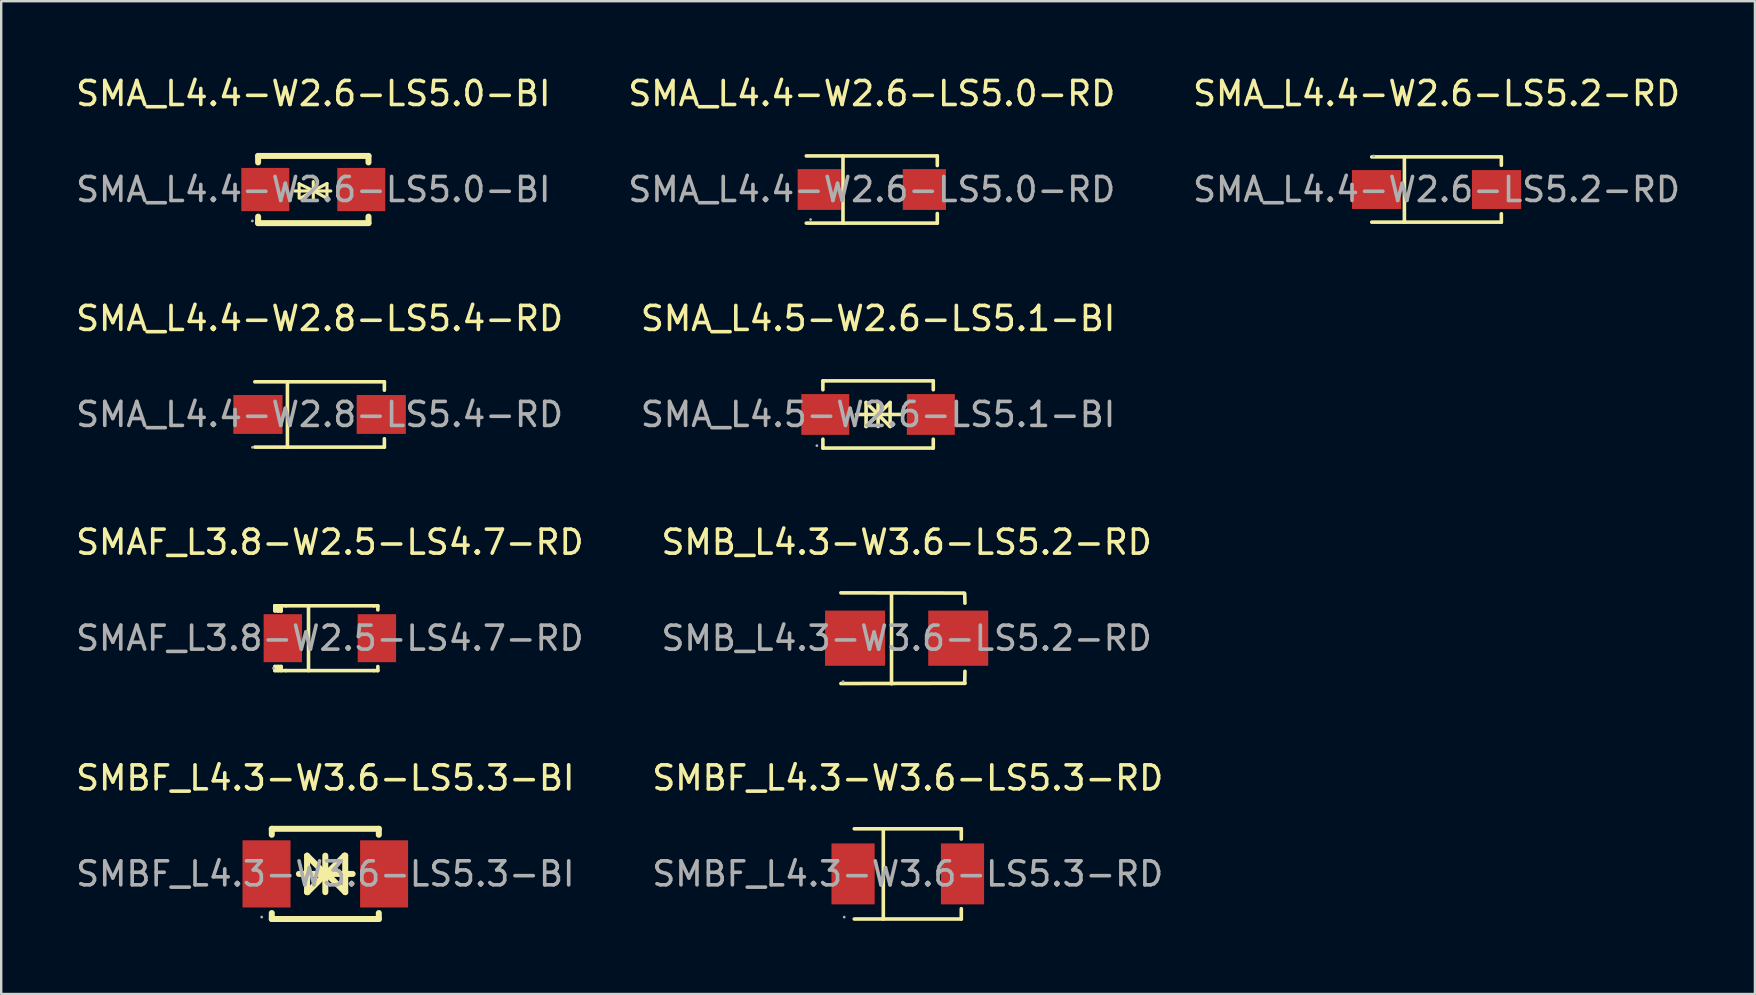
<source format=kicad_pcb>
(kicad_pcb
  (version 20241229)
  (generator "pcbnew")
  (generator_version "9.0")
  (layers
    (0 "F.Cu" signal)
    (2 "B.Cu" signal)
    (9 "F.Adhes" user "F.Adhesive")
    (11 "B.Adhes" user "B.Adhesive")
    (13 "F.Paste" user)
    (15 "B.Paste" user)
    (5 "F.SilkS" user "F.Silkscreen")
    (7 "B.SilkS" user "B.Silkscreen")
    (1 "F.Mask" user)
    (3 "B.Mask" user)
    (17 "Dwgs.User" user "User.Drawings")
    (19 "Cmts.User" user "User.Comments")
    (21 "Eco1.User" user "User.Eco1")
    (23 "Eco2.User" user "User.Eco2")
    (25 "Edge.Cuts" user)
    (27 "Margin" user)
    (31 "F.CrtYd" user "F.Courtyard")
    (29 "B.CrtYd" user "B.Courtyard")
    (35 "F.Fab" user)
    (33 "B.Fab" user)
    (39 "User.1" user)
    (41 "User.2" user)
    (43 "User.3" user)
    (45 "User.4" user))
  (footprint "SMAF_L3.8-W2.5-LS4.7-RD"
    (layer "F.Cu")
    (at 10.696 23.545)
    (property "Reference" "SMAF_L3.8-W2.5-LS4.7-RD" (at 0 -4 0) (layer "F.SilkS") (effects (font (size 1 1) (thickness 0.15))))
    (attr through_hole)
    (fp_line (start -2.29 -1.35) (end -2.29 -1.27) (stroke (width 0.15) (type solid)) (layer "F.SilkS"))
    (fp_line (start -2.29 -1.35) (end -2.29 -1.14) (stroke (width 0.15) (type solid)) (layer "F.SilkS"))
    (fp_line (start -2.29 -1.27) (end -2.16 -1.27) (stroke (width 0.15) (type solid)) (layer "F.SilkS"))
    (fp_line (start -2.29 -1.18) (end -2.29 -1.35) (stroke (width 0.15) (type solid)) (layer "F.SilkS"))
    (fp_line (start -2.29 -1.14) (end -2.16 -1.14) (stroke (width 0.15) (type solid)) (layer "F.SilkS"))
    (fp_line (start -2.29 1.35) (end -2.29 1.18) (stroke (width 0.15) (type solid)) (layer "F.SilkS"))
    (fp_line (start -2.16 -1.27) (end -2.16 -1.18) (stroke (width 0.15) (type solid)) (layer "F.SilkS"))
    (fp_line (start -2.16 -1.18) (end -2.04 -1.18) (stroke (width 0.15) (type solid)) (layer "F.SilkS"))
    (fp_line (start -2.16 -1.14) (end -2.16 -1.18) (stroke (width 0.15) (type solid)) (layer "F.SilkS"))
    (fp_line (start -2.16 -1.14) (end -2.15 -1.14) (stroke (width 0.15) (type solid)) (layer "F.SilkS"))
    (fp_line (start -2.15 -1.14) (end -2.15 -1.14) (stroke (width 0.15) (type solid)) (layer "F.SilkS"))
    (fp_line (start -2.15 1.18) (end -2.15 1.35) (stroke (width 0.15) (type solid)) (layer "F.SilkS"))
    (fp_line (start -2.03 -1.14) (end -2.16 -1.14) (stroke (width 0.15) (type solid)) (layer "F.SilkS"))
    (fp_line (start -2.03 -1.14) (end -2.03 -1.31) (stroke (width 0.15) (type solid)) (layer "F.SilkS"))
    (fp_line (start -2.03 -1.14) (end -2.03 -1.14) (stroke (width 0.15) (type solid)) (layer "F.SilkS"))
    (fp_line (start -2.03 -1.14) (end -2.03 -1.14) (stroke (width 0.15) (type solid)) (layer "F.SilkS"))
    (fp_line (start -2.03 1.18) (end -2.29 1.18) (stroke (width 0.15) (type solid)) (layer "F.SilkS"))
    (fp_line (start -2.03 1.18) (end -2.03 1.35) (stroke (width 0.15) (type solid)) (layer "F.SilkS"))
    (fp_line (start -1.83 -1.35) (end -2.29 -1.35) (stroke (width 0.15) (type solid)) (layer "F.SilkS"))
    (fp_line (start -1.83 -1.35) (end 1.83 -1.35) (stroke (width 0.15) (type solid)) (layer "F.SilkS"))
    (fp_line (start -1.83 1.35) (end -2.29 1.35) (stroke (width 0.15) (type solid)) (layer "F.SilkS"))
    (fp_line (start -1.83 1.35) (end 1.83 1.35) (stroke (width 0.15) (type solid)) (layer "F.SilkS"))
    (fp_line (start -0.89 -1.35) (end -0.89 1.35) (stroke (width 0.15) (type solid)) (layer "F.SilkS"))
    (fp_line (start 1.83 -1.35) (end 2 -1.35) (stroke (width 0.15) (type solid)) (layer "F.SilkS"))
    (fp_line (start 2 -1.35) (end 2 -1.18) (stroke (width 0.15) (type solid)) (layer "F.SilkS"))
    (fp_line (start 2 1.18) (end 2 1.35) (stroke (width 0.15) (type solid)) (layer "F.SilkS"))
    (fp_line (start 2 1.35) (end 1.83 1.35) (stroke (width 0.15) (type solid)) (layer "F.SilkS"))
    (fp_circle (center -2.35 1.25) (end -2.32 1.25) (stroke (width 0.06) (type solid)) (fill no) (layer "F.Fab"))
    (fp_text user "${REFERENCE}" (at 0 0 0) (layer "F.Fab") (effects (font (size 1 1) (thickness 0.15))))
    (pad "1" smd rect (at -1.96 0) (size 1.6 2) (layers "F.Cu" "F.Mask" "F.Paste"))
    (pad "2" smd rect (at 1.96 0) (size 1.6 2) (layers "F.Cu" "F.Mask" "F.Paste")))
  (footprint "SMA_L4.4-W2.8-LS5.4-RD"
    (layer "F.Cu")
    (at 10.268 14.222)
    (property "Reference" "SMA_L4.4-W2.8-LS5.4-RD" (at 0 -4 0) (layer "F.SilkS") (effects (font (size 1 1) (thickness 0.15))))
    (attr through_hole)
    (fp_line (start -2.7 -1.36) (end 2.7 -1.36) (stroke (width 0.15) (type solid)) (layer "F.SilkS"))
    (fp_line (start -2.7 1.36) (end 2.7 1.36) (stroke (width 0.15) (type solid)) (layer "F.SilkS"))
    (fp_line (start -1.34 -1.36) (end -1.34 1.36) (stroke (width 0.15) (type solid)) (layer "F.SilkS"))
    (fp_line (start 2.7 -1.36) (end 2.7 -1.01) (stroke (width 0.15) (type solid)) (layer "F.SilkS"))
    (fp_line (start 2.7 1.36) (end 2.7 1.01) (stroke (width 0.15) (type solid)) (layer "F.SilkS"))
    (fp_circle (center -2.8 1.37) (end -2.77 1.37) (stroke (width 0.06) (type solid)) (fill no) (layer "F.Fab"))
    (fp_text user "${REFERENCE}" (at 0 0 0) (layer "F.Fab") (effects (font (size 1 1) (thickness 0.15))))
    (pad "1" smd rect (at -2.57 0) (size 2.05 1.62) (layers "F.Cu" "F.Mask" "F.Paste"))
    (pad "2" smd rect (at 2.57 0) (size 2.05 1.62) (layers "F.Cu" "F.Mask" "F.Paste")))
  (footprint "SMA_L4.4-W2.6-LS5.0-RD"
    (layer "F.Cu")
    (at 33.28 4.848)
    (property "Reference" "SMA_L4.4-W2.6-LS5.0-RD" (at 0 -4 0) (layer "F.SilkS") (effects (font (size 1 1) (thickness 0.15))))
    (attr through_hole)
    (fp_line (start -2.73 -1.4) (end 2.73 -1.4) (stroke (width 0.15) (type solid)) (layer "F.SilkS"))
    (fp_line (start -2.73 1.4) (end 2.73 1.4) (stroke (width 0.15) (type solid)) (layer "F.SilkS"))
    (fp_line (start -1.2 -1.4) (end -1.2 1.4) (stroke (width 0.15) (type solid)) (layer "F.SilkS"))
    (fp_line (start 2.73 -1.4) (end 2.73 -1) (stroke (width 0.15) (type solid)) (layer "F.SilkS"))
    (fp_line (start 2.73 1.4) (end 2.73 1) (stroke (width 0.15) (type solid)) (layer "F.SilkS"))
    (fp_circle (center -2.55 1.25) (end -2.52 1.25) (stroke (width 0.06) (type solid)) (fill no) (layer "F.Fab"))
    (fp_text user "${REFERENCE}" (at 0 0 0) (layer "F.Fab") (effects (font (size 1 1) (thickness 0.15))))
    (pad "1" smd rect (at -2.19 0) (size 1.8 1.7) (layers "F.Cu" "F.Mask" "F.Paste"))
    (pad "2" smd rect (at 2.19 0) (size 1.8 1.7) (layers "F.Cu" "F.Mask" "F.Paste")))
  (footprint "SMB_L4.3-W3.6-LS5.2-RD"
    (layer "F.Cu")
    (at 34.732 23.545)
    (property "Reference" "SMB_L4.3-W3.6-LS5.2-RD" (at 0 -4 0) (layer "F.SilkS") (effects (font (size 1 1) (thickness 0.15))))
    (attr through_hole)
    (fp_line (start -2.74 -1.89) (end 2.41 -1.88) (stroke (width 0.15) (type solid)) (layer "F.SilkS"))
    (fp_line (start -2.74 1.89) (end 2.43 1.88) (stroke (width 0.15) (type solid)) (layer "F.SilkS"))
    (fp_line (start -0.63 1.9) (end -0.63 -1.86) (stroke (width 0.15) (type solid)) (layer "F.SilkS"))
    (fp_line (start 2.42 -1.84) (end 2.43 -1.46) (stroke (width 0.15) (type solid)) (layer "F.SilkS"))
    (fp_line (start 2.42 1.88) (end 2.43 1.38) (stroke (width 0.15) (type solid)) (layer "F.SilkS"))
    (fp_circle (center -2.65 1.81) (end -2.62 1.81) (stroke (width 0.06) (type solid)) (fill no) (layer "F.Fab"))
    (fp_text user "${REFERENCE}" (at 0 0 0) (layer "F.Fab") (effects (font (size 1 1) (thickness 0.15))))
    (pad "1" smd rect (at -2.15 0) (size 2.5 2.3) (layers "F.Cu" "F.Mask" "F.Paste"))
    (pad "2" smd rect (at 2.15 0) (size 2.5 2.3) (layers "F.Cu" "F.Mask" "F.Paste")))
  (footprint "SMBF_L4.3-W3.6-LS5.3-RD"
    (layer "F.Cu")
    (at 34.78 33.368)
    (property "Reference" "SMBF_L4.3-W3.6-LS5.3-RD" (at 0 -4 0) (layer "F.SilkS") (effects (font (size 1 1) (thickness 0.15))))
    (attr through_hole)
    (fp_line (start -2.23 -1.88) (end 2.23 -1.88) (stroke (width 0.15) (type solid)) (layer "F.SilkS"))
    (fp_line (start -2.23 1.88) (end 2.23 1.88) (stroke (width 0.15) (type solid)) (layer "F.SilkS"))
    (fp_line (start -1.02 -1.87) (end -1.02 1.88) (stroke (width 0.15) (type solid)) (layer "F.SilkS"))
    (fp_line (start 2.23 -1.88) (end 2.23 -1.45) (stroke (width 0.15) (type solid)) (layer "F.SilkS"))
    (fp_line (start 2.23 1.45) (end 2.23 1.88) (stroke (width 0.15) (type solid)) (layer "F.SilkS"))
    (fp_circle (center -2.65 1.8) (end -2.62 1.8) (stroke (width 0.06) (type solid)) (fill no) (layer "F.Fab"))
    (fp_text user "${REFERENCE}" (at 0 0 0) (layer "F.Fab") (effects (font (size 1 1) (thickness 0.15))))
    (pad "1" smd rect (at -2.28 0) (size 1.8 2.54) (layers "F.Cu" "F.Mask" "F.Paste"))
    (pad "2" smd rect (at 2.28 0) (size 1.8 2.54) (layers "F.Cu" "F.Mask" "F.Paste")))
  (footprint "SMBF_L4.3-W3.6-LS5.3-BI"
    (layer "F.Cu")
    (at 10.506 33.368)
    (property "Reference" "SMBF_L4.3-W3.6-LS5.3-BI" (at 0 -4 0) (layer "F.SilkS") (effects (font (size 1 1) (thickness 0.15))))
    (attr smd)
    (fp_line (start -2.23 -1.88) (end -2.23 -1.63) (stroke (width 0.25) (type solid)) (layer "F.SilkS"))
    (fp_line (start -2.23 -1.88) (end 2.23 -1.88) (stroke (width 0.25) (type solid)) (layer "F.SilkS"))
    (fp_line (start -2.23 1.63) (end -2.23 1.88) (stroke (width 0.25) (type solid)) (layer "F.SilkS"))
    (fp_line (start -2.23 1.88) (end 2.23 1.88) (stroke (width 0.25) (type solid)) (layer "F.SilkS"))
    (fp_line (start -1.1 0) (end 1.14 0) (stroke (width 0.25) (type solid)) (layer "F.SilkS"))
    (fp_line (start -0.76 -0.76) (end -0.76 0.76) (stroke (width 0.25) (type solid)) (layer "F.SilkS"))
    (fp_line (start -0.76 0.76) (end -0.74 0.76) (stroke (width 0.25) (type solid)) (layer "F.SilkS"))
    (fp_line (start -0.74 0.76) (end 0.02 0) (stroke (width 0.25) (type solid)) (layer "F.SilkS"))
    (fp_line (start 0 -0.76) (end 0 0.76) (stroke (width 0.25) (type solid)) (layer "F.SilkS"))
    (fp_line (start 0 0) (end -0.76 -0.76) (stroke (width 0.25) (type solid)) (layer "F.SilkS"))
    (fp_line (start 0.02 0) (end 0 0) (stroke (width 0.25) (type solid)) (layer "F.SilkS"))
    (fp_line (start 0.04 0) (end 0.06 0) (stroke (width 0.25) (type solid)) (layer "F.SilkS"))
    (fp_line (start 0.06 0) (end 0.83 0.76) (stroke (width 0.25) (type solid)) (layer "F.SilkS"))
    (fp_line (start 0.8 -0.76) (end 0.04 0) (stroke (width 0.25) (type solid)) (layer "F.SilkS"))
    (fp_line (start 0.83 -0.76) (end 0.8 -0.76) (stroke (width 0.25) (type solid)) (layer "F.SilkS"))
    (fp_line (start 0.83 0.76) (end 0.83 -0.76) (stroke (width 0.25) (type solid)) (layer "F.SilkS"))
    (fp_line (start 2.23 -1.88) (end 2.23 -1.63) (stroke (width 0.25) (type solid)) (layer "F.SilkS"))
    (fp_line (start 2.23 1.63) (end 2.23 1.88) (stroke (width 0.25) (type solid)) (layer "F.SilkS"))
    (fp_circle (center -2.65 1.8) (end -2.62 1.8) (stroke (width 0.06) (type solid)) (fill no) (layer "F.Fab"))
    (fp_text user "${REFERENCE}" (at 0 0 0) (layer "F.Fab") (effects (font (size 1 1) (thickness 0.15))))
    (pad "1" smd rect (at -2.45 0 180) (size 2 2.8) (layers "F.Cu" "F.Mask" "F.Paste"))
    (pad "2" smd rect (at 2.45 0 180) (size 2 2.8) (layers "F.Cu" "F.Mask" "F.Paste")))
  (footprint "SMA_L4.4-W2.6-LS5.2-RD"
    (layer "F.Cu")
    (at 56.815 4.848)
    (property "Reference" "SMA_L4.4-W2.6-LS5.2-RD" (at 0 -4 0) (layer "F.SilkS") (effects (font (size 1 1) (thickness 0.15))))
    (attr smd)
    (fp_line (start -2.7 -1.36) (end 2.7 -1.36) (stroke (width 0.15) (type solid)) (layer "F.SilkS"))
    (fp_line (start -2.7 1.36) (end 2.7 1.36) (stroke (width 0.15) (type solid)) (layer "F.SilkS"))
    (fp_line (start -1.34 -1.36) (end -1.34 1.36) (stroke (width 0.15) (type solid)) (layer "F.SilkS"))
    (fp_line (start 2.7 -1.36) (end 2.7 -1.01) (stroke (width 0.15) (type solid)) (layer "F.SilkS"))
    (fp_line (start 2.7 1.36) (end 2.7 1.01) (stroke (width 0.15) (type solid)) (layer "F.SilkS"))
    (fp_circle (center -2.62 -1.4) (end -2.59 -1.4) (stroke (width 0.06) (type solid)) (fill no) (layer "F.Fab"))
    (fp_text user "${REFERENCE}" (at 0 0 0) (layer "F.Fab") (effects (font (size 1 1) (thickness 0.15))))
    (pad "1" smd rect (at -2.5 0) (size 2.05 1.62) (layers "F.Cu" "F.Mask" "F.Paste"))
    (pad "2" smd rect (at 2.5 0) (size 2.05 1.62) (layers "F.Cu" "F.Mask" "F.Paste")))
  (footprint "SMA_L4.5-W2.6-LS5.1-BI"
    (layer "F.Cu")
    (at 33.542 14.222)
    (property "Reference" "SMA_L4.5-W2.6-LS5.1-BI" (at 0 -4 0) (layer "F.SilkS") (effects (font (size 1 1) (thickness 0.15))))
    (attr smd)
    (fp_line (start -2.3 -1.4) (end 2.3 -1.4) (stroke (width 0.15) (type solid)) (layer "F.SilkS"))
    (fp_line (start -2.3 -1.03) (end -2.3 -1.4) (stroke (width 0.15) (type solid)) (layer "F.SilkS"))
    (fp_line (start -2.3 1.4) (end -2.3 1.03) (stroke (width 0.15) (type solid)) (layer "F.SilkS"))
    (fp_line (start -2.3 1.4) (end 2.3 1.4) (stroke (width 0.15) (type solid)) (layer "F.SilkS"))
    (fp_line (start -0.9 0) (end 0.94 0) (stroke (width 0.15) (type solid)) (layer "F.SilkS"))
    (fp_line (start -0.5 -0.5) (end -0.5 0.5) (stroke (width 0.15) (type solid)) (layer "F.SilkS"))
    (fp_line (start -0.5 0.5) (end 0 0) (stroke (width 0.15) (type solid)) (layer "F.SilkS"))
    (fp_line (start 0 -0.5) (end 0 0.5) (stroke (width 0.15) (type solid)) (layer "F.SilkS"))
    (fp_line (start 0 0) (end -0.5 -0.5) (stroke (width 0.15) (type solid)) (layer "F.SilkS"))
    (fp_line (start 0 0) (end 0.5 -0.5) (stroke (width 0.15) (type solid)) (layer "F.SilkS"))
    (fp_line (start 0.5 -0.5) (end 0.5 0.5) (stroke (width 0.15) (type solid)) (layer "F.SilkS"))
    (fp_line (start 0.5 0.5) (end 0 0) (stroke (width 0.15) (type solid)) (layer "F.SilkS"))
    (fp_line (start 2.3 -1.4) (end 2.3 -1.03) (stroke (width 0.15) (type solid)) (layer "F.SilkS"))
    (fp_line (start 2.3 1.03) (end 2.3 1.4) (stroke (width 0.15) (type solid)) (layer "F.SilkS"))
    (fp_circle (center -2.55 1.3) (end -2.52 1.3) (stroke (width 0.06) (type solid)) (fill no) (layer "F.Fab"))
    (fp_text user "${REFERENCE}" (at 0 0 0) (layer "F.Fab") (effects (font (size 1 1) (thickness 0.15))))
    (pad "1" smd rect (at -2.2 0) (size 2 1.7) (layers "F.Cu" "F.Mask" "F.Paste"))
    (pad "2" smd rect (at 2.2 0) (size 2 1.7) (layers "F.Cu" "F.Mask" "F.Paste")))
  (footprint "SMA_L4.4-W2.6-LS5.0-BI"
    (layer "F.Cu")
    (at 10.006 4.848)
    (property "Reference" "SMA_L4.4-W2.6-LS5.0-BI" (at 0 -4 0) (layer "F.SilkS") (effects (font (size 1 1) (thickness 0.15))))
    (attr through_hole)
    (fp_line (start -2.3 -1.4) (end -2.3 -1.13) (stroke (width 0.25) (type solid)) (layer "F.SilkS"))
    (fp_line (start -2.3 -1.4) (end 2.3 -1.4) (stroke (width 0.25) (type solid)) (layer "F.SilkS"))
    (fp_line (start -2.3 1.13) (end -2.3 1.4) (stroke (width 0.25) (type solid)) (layer "F.SilkS"))
    (fp_line (start -2.3 1.4) (end 2.3 1.4) (stroke (width 0.25) (type solid)) (layer "F.SilkS"))
    (fp_line (start -0.76 0.06) (end 0.73 0.06) (stroke (width 0.13) (type solid)) (layer "F.SilkS"))
    (fp_line (start -0.59 -0.24) (end -0.59 0.36) (stroke (width 0.13) (type solid)) (layer "F.SilkS"))
    (fp_line (start -0.59 -0.24) (end 0 0.05) (stroke (width 0.13) (type solid)) (layer "F.SilkS"))
    (fp_line (start -0.53 0.36) (end 0 0.05) (stroke (width 0.13) (type solid)) (layer "F.SilkS"))
    (fp_line (start 0 0.05) (end 0 -0.33) (stroke (width 0.13) (type solid)) (layer "F.SilkS"))
    (fp_line (start 0 0.05) (end 0 0.43) (stroke (width 0.13) (type solid)) (layer "F.SilkS"))
    (fp_line (start 0.54 0.35) (end 0 0.05) (stroke (width 0.13) (type solid)) (layer "F.SilkS"))
    (fp_line (start 0.57 -0.25) (end 0 0.05) (stroke (width 0.13) (type solid)) (layer "F.SilkS"))
    (fp_line (start 0.57 -0.25) (end 0.57 0.35) (stroke (width 0.13) (type solid)) (layer "F.SilkS"))
    (fp_line (start 2.3 -1.4) (end 2.3 -1.13) (stroke (width 0.25) (type solid)) (layer "F.SilkS"))
    (fp_line (start 2.3 1.13) (end 2.3 1.4) (stroke (width 0.25) (type solid)) (layer "F.SilkS"))
    (fp_circle (center -2.54 1.31) (end -2.51 1.31) (stroke (width 0.06) (type solid)) (fill no) (layer "F.Fab"))
    (fp_text user "${REFERENCE}" (at 0 0 0) (layer "F.Fab") (effects (font (size 1 1) (thickness 0.15))))
    (pad "1" smd rect (at -2 0) (size 2 1.8) (layers "F.Cu" "F.Mask" "F.Paste"))
    (pad "2" smd rect (at 2 0) (size 2 1.8) (layers "F.Cu" "F.Mask" "F.Paste")))
  (gr_rect
    (start -3 -3)
    (end 70.083 38.373)
    (stroke (width 0.1) (type default))
    (fill no)
    (layer "Edge.Cuts")))
</source>
